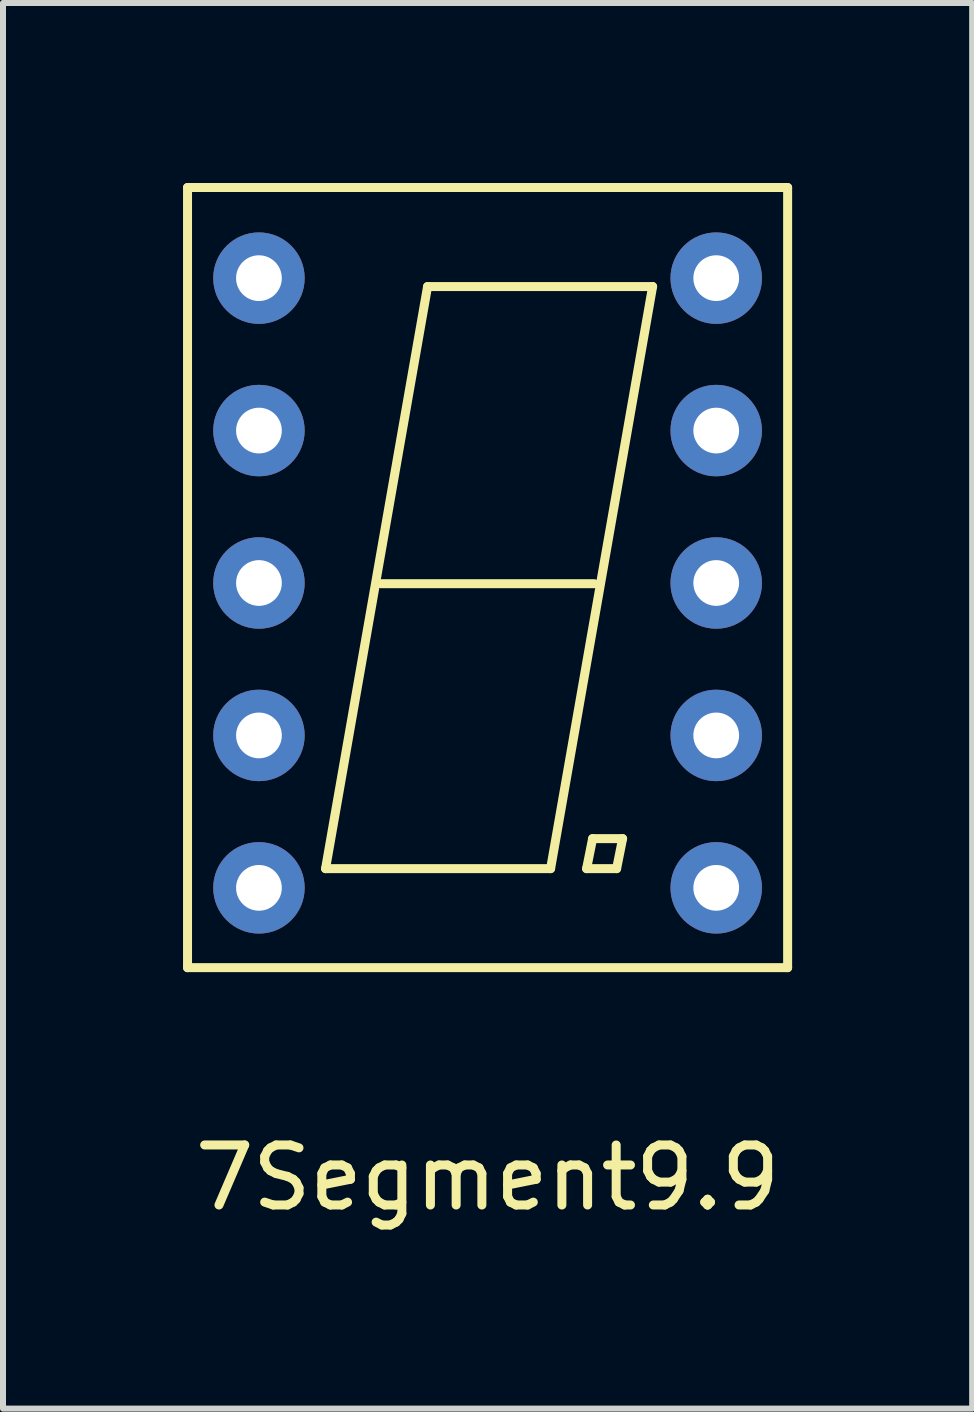
<source format=kicad_pcb>
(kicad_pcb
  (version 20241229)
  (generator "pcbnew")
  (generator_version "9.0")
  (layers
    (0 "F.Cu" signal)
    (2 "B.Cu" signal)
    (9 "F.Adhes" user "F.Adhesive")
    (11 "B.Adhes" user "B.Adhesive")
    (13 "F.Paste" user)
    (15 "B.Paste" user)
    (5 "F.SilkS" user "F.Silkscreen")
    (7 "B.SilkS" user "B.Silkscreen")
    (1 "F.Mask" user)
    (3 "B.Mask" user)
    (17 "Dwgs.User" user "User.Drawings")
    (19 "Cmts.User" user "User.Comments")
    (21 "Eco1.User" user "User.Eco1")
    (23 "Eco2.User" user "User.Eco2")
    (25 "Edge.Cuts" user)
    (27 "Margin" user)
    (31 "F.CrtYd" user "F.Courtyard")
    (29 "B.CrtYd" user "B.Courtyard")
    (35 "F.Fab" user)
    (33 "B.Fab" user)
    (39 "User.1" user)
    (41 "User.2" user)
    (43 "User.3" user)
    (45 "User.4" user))
  (footprint "7Segment9.9"
    (layer "F.Cu")
    (at 5.075 16.075)
    (property "Reference" "7Segment9.9" (at 0 0.5 0) (layer "F.SilkS") (effects (font (size 1 1) (thickness 0.15))))
    (attr through_hole)
    (fp_line (start -5 -16) (end -5 -3) (stroke (width 0.15) (type solid)) (layer "F.SilkS"))
    (fp_line (start -5 -3) (end 5 -3) (stroke (width 0.15) (type solid)) (layer "F.SilkS"))
    (fp_line (start -2.7 -4.65) (end -1 -14.35) (stroke (width 0.15) (type solid)) (layer "F.SilkS"))
    (fp_line (start -1.778 -9.398) (end 1.778 -9.398) (stroke (width 0.15) (type solid)) (layer "F.SilkS"))
    (fp_line (start -1 -14.35) (end 2.75 -14.35) (stroke (width 0.15) (type solid)) (layer "F.SilkS"))
    (fp_line (start 1.05 -4.65) (end -2.7 -4.65) (stroke (width 0.15) (type solid)) (layer "F.SilkS"))
    (fp_line (start 1.65 -4.65) (end 1.75 -5.15) (stroke (width 0.15) (type solid)) (layer "F.SilkS"))
    (fp_line (start 1.65 -4.65) (end 2.15 -4.65) (stroke (width 0.15) (type solid)) (layer "F.SilkS"))
    (fp_line (start 1.75 -5.15) (end 2.25 -5.15) (stroke (width 0.15) (type solid)) (layer "F.SilkS"))
    (fp_line (start 2.15 -4.65) (end 2.25 -5.15) (stroke (width 0.15) (type solid)) (layer "F.SilkS"))
    (fp_line (start 2.75 -14.35) (end 1.05 -4.65) (stroke (width 0.15) (type solid)) (layer "F.SilkS"))
    (fp_line (start 5 -16) (end -5 -16) (stroke (width 0.15) (type solid)) (layer "F.SilkS"))
    (fp_line (start 5 -3) (end 5 -16) (stroke (width 0.15) (type solid)) (layer "F.SilkS"))
    (pad "1" thru_hole circle (at -3.81 -14.49) (size 1.524 1.524) (drill 0.762) (layers "*.Cu" "*.Mask"))
    (pad "2" thru_hole circle (at -3.81 -11.95) (size 1.524 1.524) (drill 0.762) (layers "*.Cu" "*.Mask"))
    (pad "3" thru_hole circle (at -3.81 -9.41) (size 1.524 1.524) (drill 0.762) (layers "*.Cu" "*.Mask"))
    (pad "4" thru_hole circle (at -3.81 -6.87) (size 1.524 1.524) (drill 0.762) (layers "*.Cu" "*.Mask"))
    (pad "5" thru_hole circle (at -3.81 -4.33) (size 1.524 1.524) (drill 0.762) (layers "*.Cu" "*.Mask"))
    (pad "6" thru_hole circle (at 3.81 -4.33) (size 1.524 1.524) (drill 0.762) (layers "*.Cu" "*.Mask"))
    (pad "7" thru_hole circle (at 3.81 -6.87) (size 1.524 1.524) (drill 0.762) (layers "*.Cu" "*.Mask"))
    (pad "8" thru_hole circle (at 3.81 -9.41) (size 1.524 1.524) (drill 0.762) (layers "*.Cu" "*.Mask"))
    (pad "9" thru_hole circle (at 3.81 -11.95) (size 1.524 1.524) (drill 0.762) (layers "*.Cu" "*.Mask"))
    (pad "10" thru_hole circle (at 3.81 -14.49) (size 1.524 1.524) (drill 0.762) (layers "*.Cu" "*.Mask")))
  (gr_rect
    (start -3 -3)
    (end 13.15 20.423)
    (stroke (width 0.1) (type default))
    (fill no)
    (layer "Edge.Cuts")))
</source>
